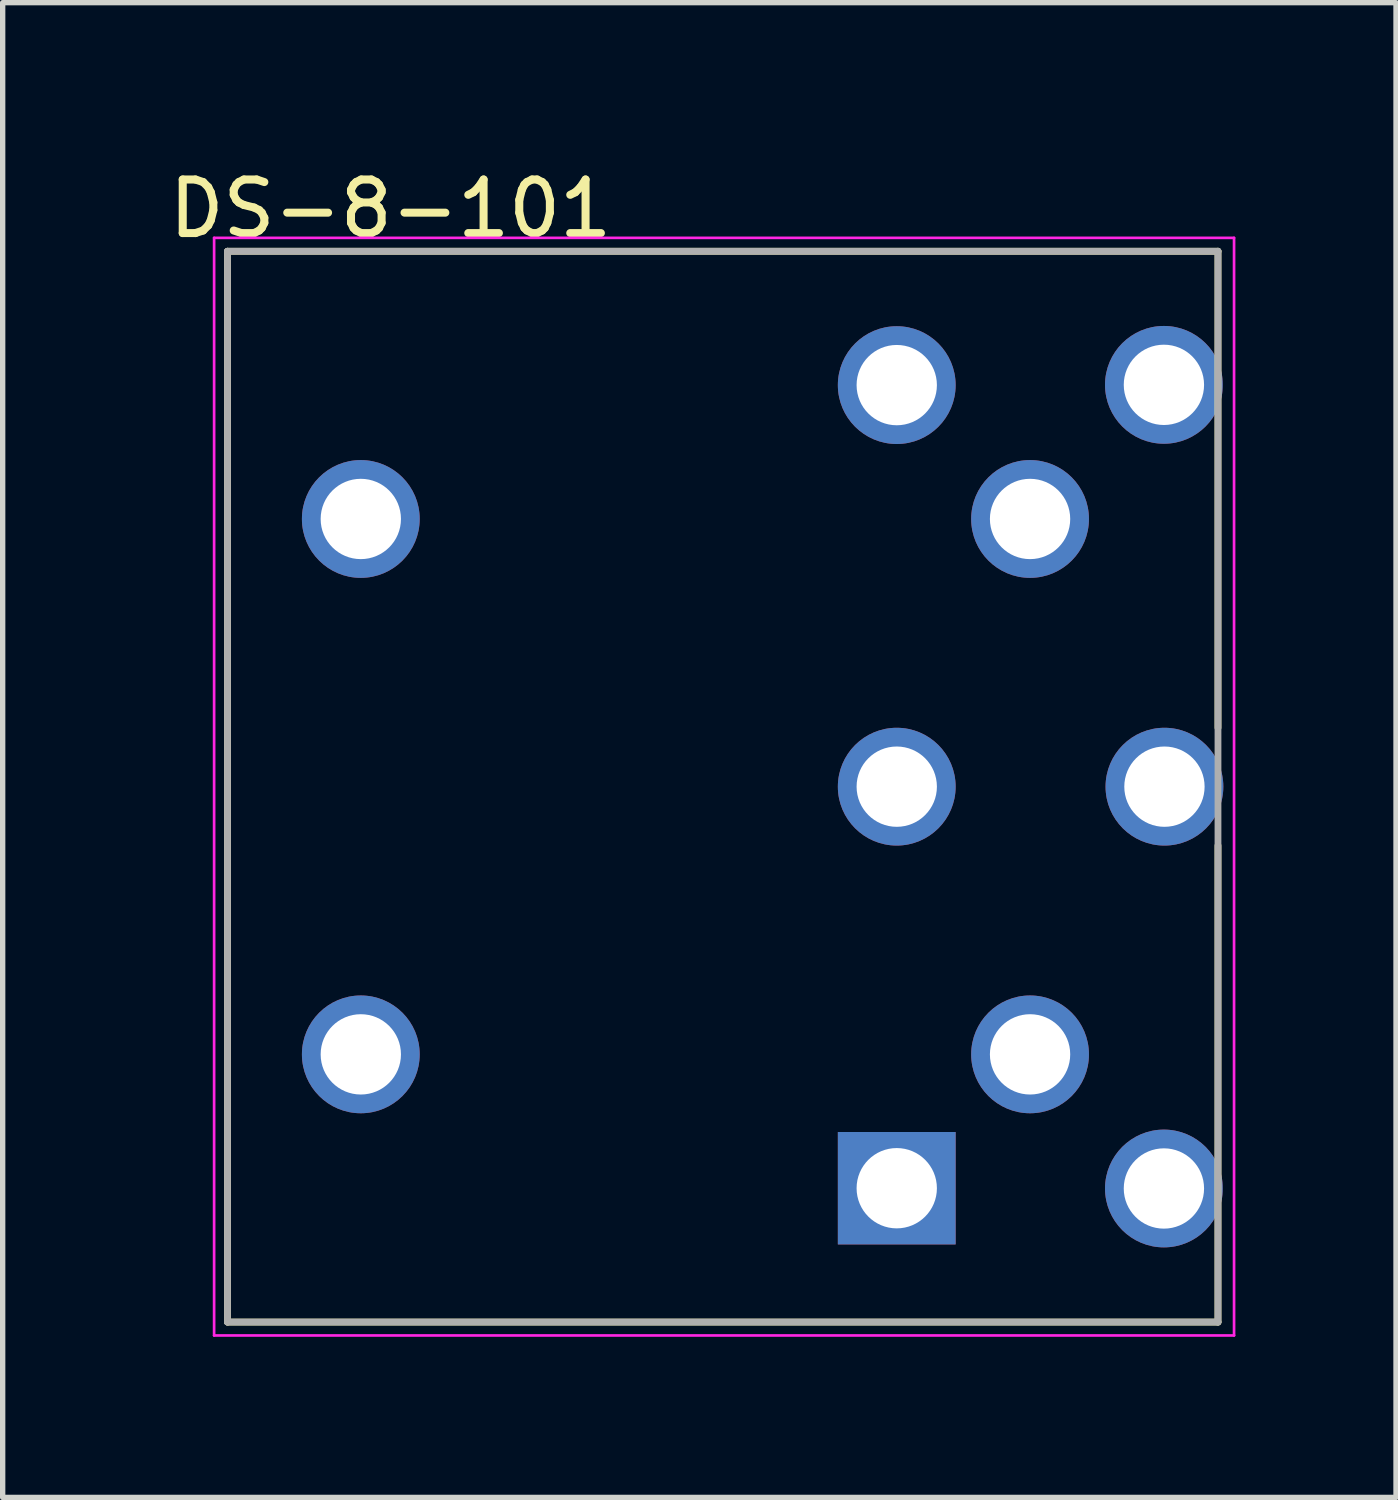
<source format=kicad_pcb>
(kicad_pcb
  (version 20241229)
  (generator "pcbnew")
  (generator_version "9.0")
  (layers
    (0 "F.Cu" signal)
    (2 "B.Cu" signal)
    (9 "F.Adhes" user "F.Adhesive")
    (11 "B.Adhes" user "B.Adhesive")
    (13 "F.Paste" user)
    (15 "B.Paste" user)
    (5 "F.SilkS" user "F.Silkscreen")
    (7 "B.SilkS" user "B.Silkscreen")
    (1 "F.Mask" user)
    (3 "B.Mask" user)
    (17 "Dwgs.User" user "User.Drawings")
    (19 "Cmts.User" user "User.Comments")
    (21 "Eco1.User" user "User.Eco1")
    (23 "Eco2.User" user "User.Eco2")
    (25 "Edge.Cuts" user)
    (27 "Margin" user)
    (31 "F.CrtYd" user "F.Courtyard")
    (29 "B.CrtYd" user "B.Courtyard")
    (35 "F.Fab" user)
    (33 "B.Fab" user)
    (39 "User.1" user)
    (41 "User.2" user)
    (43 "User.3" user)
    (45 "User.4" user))
  (footprint "DS-8-101"
    (layer "F.Cu")
    (at 8.689 11.643)
    (property "Reference" "DS-8-101" (at -4.445 -10.795 0) (layer "F.SilkS") (effects (font (size 1 1) (thickness 0.15))))
    (attr through_hole)
    (fp_line (start -7.49 -10) (end 11.01 -10) (stroke (width 0.127) (type solid)) (layer "F.SilkS"))
    (fp_line (start -7.49 10) (end -7.49 -10) (stroke (width 0.127) (type solid)) (layer "F.SilkS"))
    (fp_line (start 11.01 -10) (end 11.01 -1.1) (stroke (width 0.127) (type solid)) (layer "F.SilkS"))
    (fp_line (start 11.01 1.1) (end 11.01 10) (stroke (width 0.127) (type solid)) (layer "F.SilkS"))
    (fp_line (start 11.01 10) (end -7.49 10) (stroke (width 0.127) (type solid)) (layer "F.SilkS"))
    (fp_line (start -7.74 -10.25) (end 11.31 -10.25) (stroke (width 0.05) (type solid)) (layer "F.CrtYd"))
    (fp_line (start -7.74 10.25) (end -7.74 -10.25) (stroke (width 0.05) (type solid)) (layer "F.CrtYd"))
    (fp_line (start 11.31 -10.25) (end 11.31 10.25) (stroke (width 0.05) (type solid)) (layer "F.CrtYd"))
    (fp_line (start 11.31 10.25) (end -7.74 10.25) (stroke (width 0.05) (type solid)) (layer "F.CrtYd"))
    (fp_line (start -7.49 -10) (end 11.01 -10) (stroke (width 0.127) (type solid)) (layer "F.Fab"))
    (fp_line (start -7.49 10) (end -7.49 -10) (stroke (width 0.127) (type solid)) (layer "F.Fab"))
    (fp_line (start 11.01 -10) (end 11.01 10) (stroke (width 0.127) (type solid)) (layer "F.Fab"))
    (fp_line (start 11.01 10) (end -7.49 10) (stroke (width 0.127) (type solid)) (layer "F.Fab"))
    (pad "1" thru_hole rect (at 5.01 7.5) (size 2.2 2.1) (drill 1.5) (layers "*.Cu" "*.Mask"))
    (pad "2" thru_hole circle (at 5.01 0) (size 2.2 2.2) (drill 1.5) (layers "*.Cu" "*.Mask"))
    (pad "3" thru_hole circle (at 5.01 -7.5) (size 2.2 2.2) (drill 1.5) (layers "*.Cu" "*.Mask"))
    (pad "4" thru_hole circle (at 7.5 5) (size 2.2 2.2) (drill 1.5) (layers "*.Cu" "*.Mask"))
    (pad "5" thru_hole circle (at 7.5 -5) (size 2.2 2.2) (drill 1.5) (layers "*.Cu" "*.Mask"))
    (pad "6" thru_hole circle (at 10 7.505) (size 2.2 2.2) (drill 1.5) (layers "*.Cu" "*.Mask"))
    (pad "7" thru_hole circle (at 10 -7.505) (size 2.2 2.2) (drill 1.5) (layers "*.Cu" "*.Mask"))
    (pad "8" thru_hole circle (at 10.01 0) (size 2.2 2.2) (drill 1.5) (layers "*.Cu" "*.Mask"))
    (pad "G1" thru_hole circle (at -5 -5) (size 2.2 2.2) (drill 1.5) (layers "*.Cu" "*.Mask"))
    (pad "G2" thru_hole circle (at -5 5) (size 2.2 2.2) (drill 1.5) (layers "*.Cu" "*.Mask")))
  (gr_rect
    (start -3 -3)
    (end 23.024 24.918)
    (stroke (width 0.1) (type default))
    (fill no)
    (layer "Edge.Cuts")))
</source>
